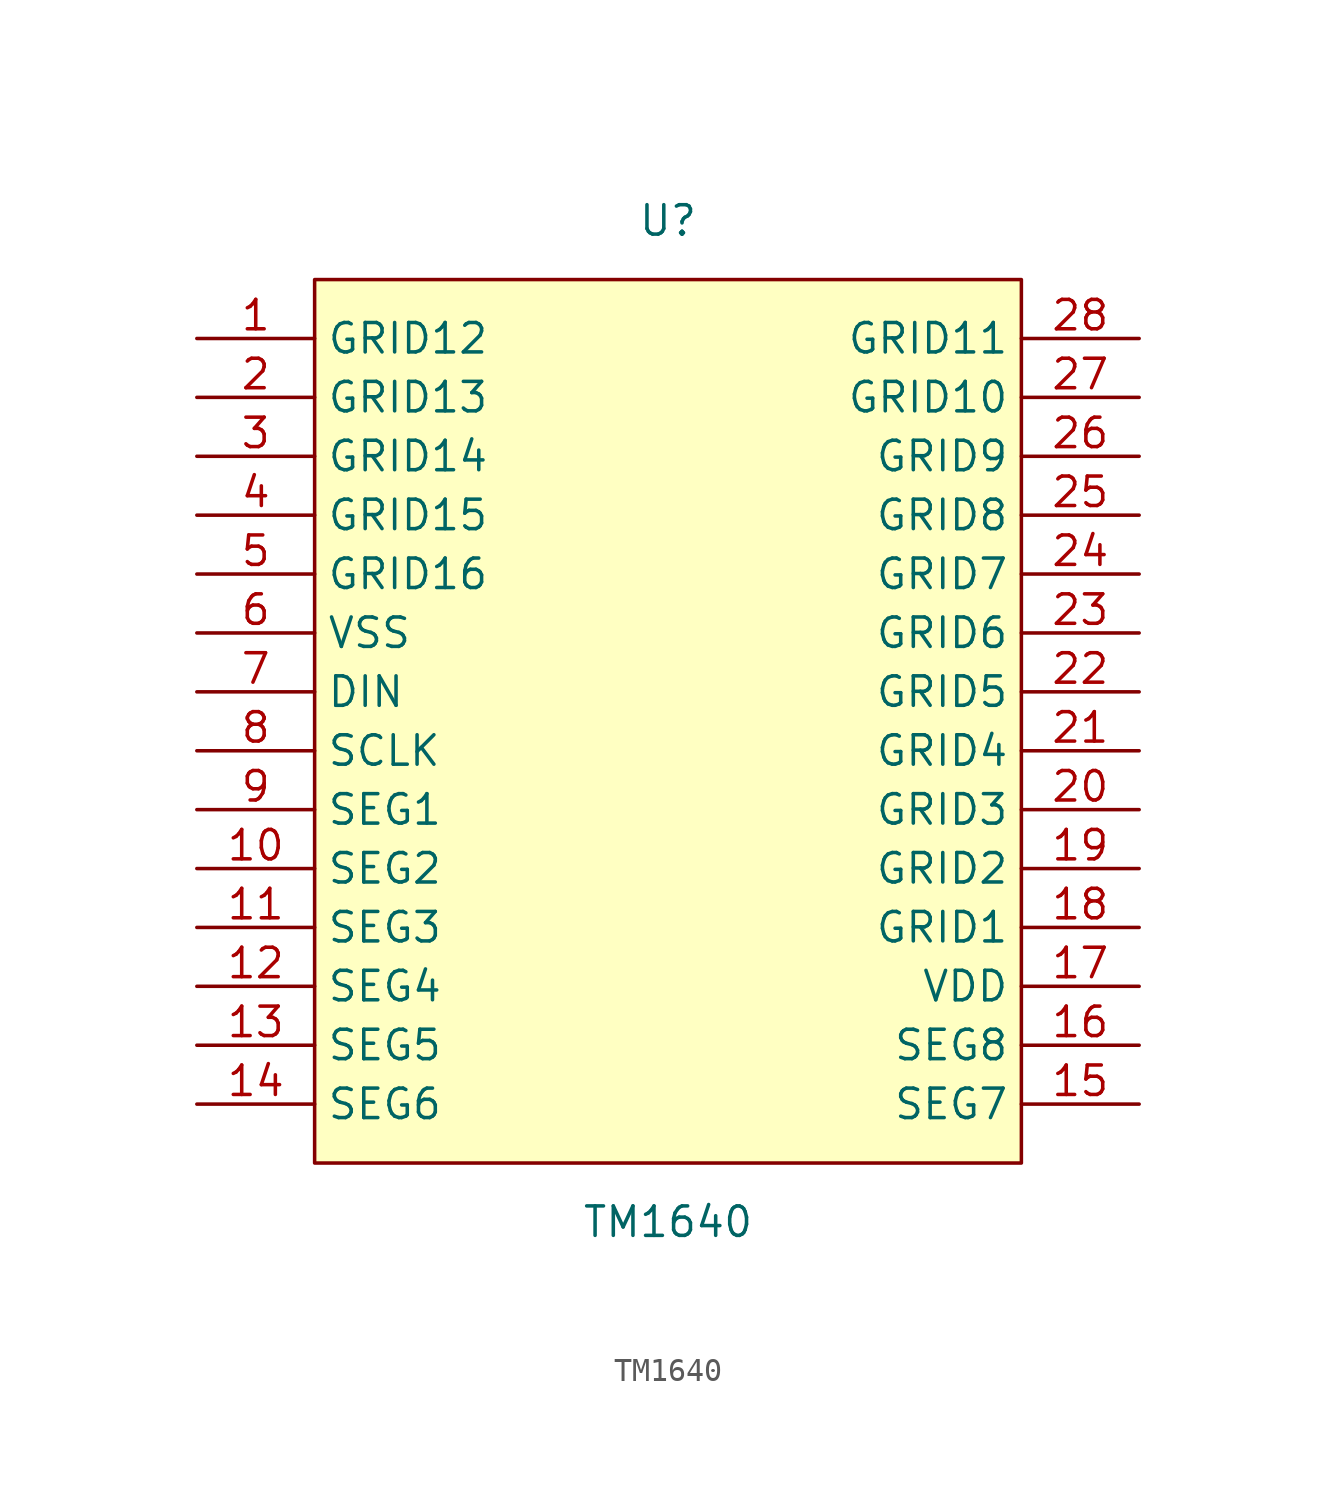
<source format=kicad_sym>
(kicad_symbol_lib
  (version 20211014)
  (generator https://github.com/uPesy/easyeda2kicad.py)
  (symbol "TM1640"
    (property "Reference" "U"
      (at 0 21.59 0)
      (effects (font (size 1.27 1.27))))
    (property "Value" "TM1640"
      (at 0 -21.59 0)
      (effects (font (size 1.27 1.27))))
    (symbol "TM1640_0_1"
      (rectangle (start -15.24 19.05) (end 15.24 -19.05) (stroke (width 0) (type default) (color 0 0 0 0)) (fill (type background)))
      (pin unspecified line (at -20.32 16.51 0) (length 5.08) (name "GRID12" (effects (font (size 1.27 1.27)))) (number "1" (effects (font (size 1.27 1.27)))))
      (pin unspecified line (at -20.32 13.97 0) (length 5.08) (name "GRID13" (effects (font (size 1.27 1.27)))) (number "2" (effects (font (size 1.27 1.27)))))
      (pin unspecified line (at -20.32 11.43 0) (length 5.08) (name "GRID14" (effects (font (size 1.27 1.27)))) (number "3" (effects (font (size 1.27 1.27)))))
      (pin unspecified line (at -20.32 8.89 0) (length 5.08) (name "GRID15" (effects (font (size 1.27 1.27)))) (number "4" (effects (font (size 1.27 1.27)))))
      (pin unspecified line (at -20.32 6.35 0) (length 5.08) (name "GRID16" (effects (font (size 1.27 1.27)))) (number "5" (effects (font (size 1.27 1.27)))))
      (pin unspecified line (at -20.32 3.81 0) (length 5.08) (name "VSS" (effects (font (size 1.27 1.27)))) (number "6" (effects (font (size 1.27 1.27)))))
      (pin unspecified line (at -20.32 1.27 0) (length 5.08) (name "DIN" (effects (font (size 1.27 1.27)))) (number "7" (effects (font (size 1.27 1.27)))))
      (pin unspecified line (at -20.32 -1.27 0) (length 5.08) (name "SCLK" (effects (font (size 1.27 1.27)))) (number "8" (effects (font (size 1.27 1.27)))))
      (pin unspecified line (at -20.32 -3.81 0) (length 5.08) (name "SEG1" (effects (font (size 1.27 1.27)))) (number "9" (effects (font (size 1.27 1.27)))))
      (pin unspecified line (at -20.32 -6.35 0) (length 5.08) (name "SEG2" (effects (font (size 1.27 1.27)))) (number "10" (effects (font (size 1.27 1.27)))))
      (pin unspecified line (at -20.32 -8.89 0) (length 5.08) (name "SEG3" (effects (font (size 1.27 1.27)))) (number "11" (effects (font (size 1.27 1.27)))))
      (pin unspecified line (at -20.32 -11.43 0) (length 5.08) (name "SEG4" (effects (font (size 1.27 1.27)))) (number "12" (effects (font (size 1.27 1.27)))))
      (pin unspecified line (at -20.32 -13.97 0) (length 5.08) (name "SEG5" (effects (font (size 1.27 1.27)))) (number "13" (effects (font (size 1.27 1.27)))))
      (pin unspecified line (at -20.32 -16.51 0) (length 5.08) (name "SEG6" (effects (font (size 1.27 1.27)))) (number "14" (effects (font (size 1.27 1.27)))))
      (pin unspecified line (at 20.32 -16.51 180) (length 5.08) (name "SEG7" (effects (font (size 1.27 1.27)))) (number "15" (effects (font (size 1.27 1.27)))))
      (pin unspecified line (at 20.32 -13.97 180) (length 5.08) (name "SEG8" (effects (font (size 1.27 1.27)))) (number "16" (effects (font (size 1.27 1.27)))))
      (pin unspecified line (at 20.32 -11.43 180) (length 5.08) (name "VDD" (effects (font (size 1.27 1.27)))) (number "17" (effects (font (size 1.27 1.27)))))
      (pin unspecified line (at 20.32 -8.89 180) (length 5.08) (name "GRID1" (effects (font (size 1.27 1.27)))) (number "18" (effects (font (size 1.27 1.27)))))
      (pin unspecified line (at 20.32 -6.35 180) (length 5.08) (name "GRID2" (effects (font (size 1.27 1.27)))) (number "19" (effects (font (size 1.27 1.27)))))
      (pin unspecified line (at 20.32 -3.81 180) (length 5.08) (name "GRID3" (effects (font (size 1.27 1.27)))) (number "20" (effects (font (size 1.27 1.27)))))
      (pin unspecified line (at 20.32 -1.27 180) (length 5.08) (name "GRID4" (effects (font (size 1.27 1.27)))) (number "21" (effects (font (size 1.27 1.27)))))
      (pin unspecified line (at 20.32 1.27 180) (length 5.08) (name "GRID5" (effects (font (size 1.27 1.27)))) (number "22" (effects (font (size 1.27 1.27)))))
      (pin unspecified line (at 20.32 3.81 180) (length 5.08) (name "GRID6" (effects (font (size 1.27 1.27)))) (number "23" (effects (font (size 1.27 1.27)))))
      (pin unspecified line (at 20.32 6.35 180) (length 5.08) (name "GRID7" (effects (font (size 1.27 1.27)))) (number "24" (effects (font (size 1.27 1.27)))))
      (pin unspecified line (at 20.32 8.89 180) (length 5.08) (name "GRID8" (effects (font (size 1.27 1.27)))) (number "25" (effects (font (size 1.27 1.27)))))
      (pin unspecified line (at 20.32 11.43 180) (length 5.08) (name "GRID9" (effects (font (size 1.27 1.27)))) (number "26" (effects (font (size 1.27 1.27)))))
      (pin unspecified line (at 20.32 13.97 180) (length 5.08) (name "GRID10" (effects (font (size 1.27 1.27)))) (number "27" (effects (font (size 1.27 1.27)))))
      (pin unspecified line (at 20.32 16.51 180) (length 5.08) (name "GRID11" (effects (font (size 1.27 1.27)))) (number "28" (effects (font (size 1.27 1.27))))))))
</source>
